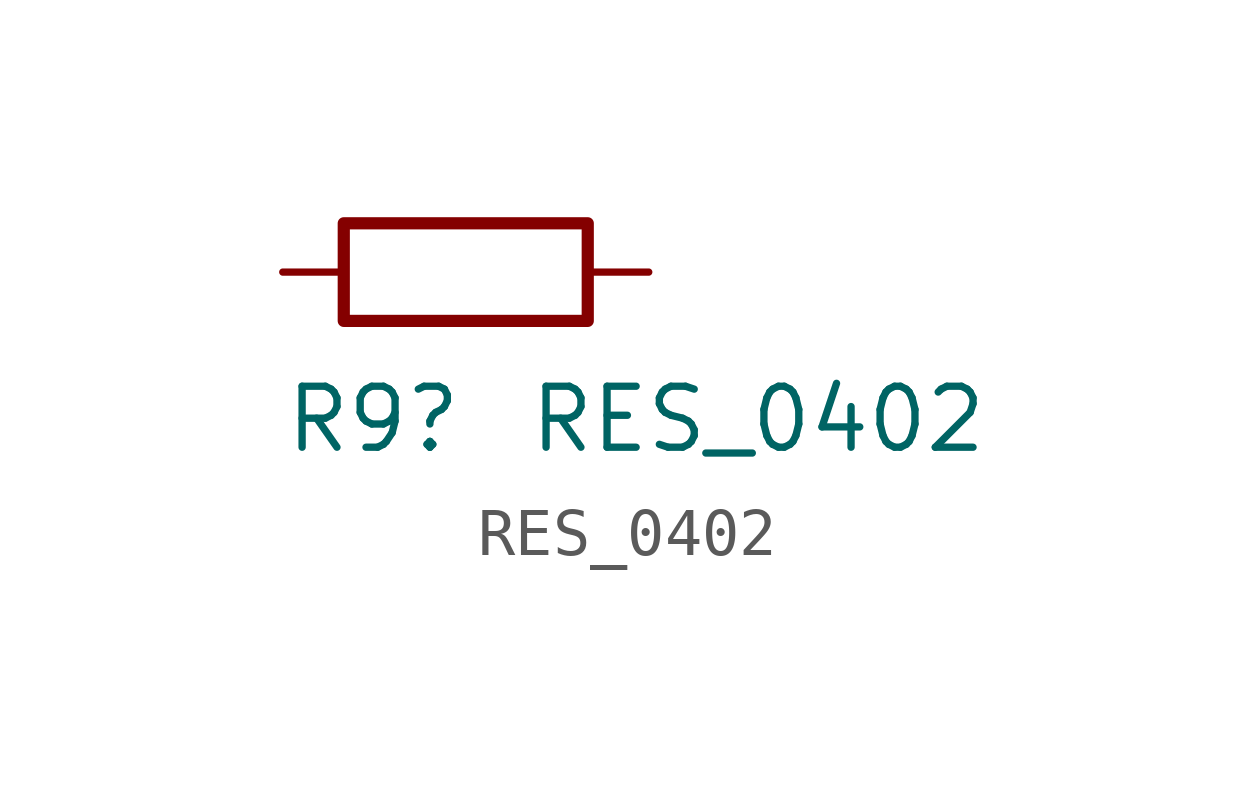
<source format=kicad_sym>
(kicad_symbol_lib
  (version 20211014)
  (generator kicad_symbol_editor)
  (symbol "RES_0402"
    (property "Reference" "R9"
      (at -3.81 -3.81 0)
      (effects (font (size 1.27 1.27)) (justify left bottom)))
    (property "Value" "RES_0402"
      (at 1.27 -3.81 0)
      (effects (font (size 1.27 1.27)) (justify left bottom)))
    (symbol "RES_0402_1_0"
      (rectangle (start 2.54 1.016) (end -2.54 -1.016) (stroke (width 0.254) (type default) (color 0 0 0 0)) (fill (type none)))
      (pin passive line (at 3.81 0 180) (length 1.27) (name "1" (effects (font (size 0 0)))) (number "1" (effects (font (size 0 0)))))
      (pin passive line (at -3.81 0 0) (length 1.27) (name "2" (effects (font (size 0 0)))) (number "2" (effects (font (size 0 0))))))))
</source>
